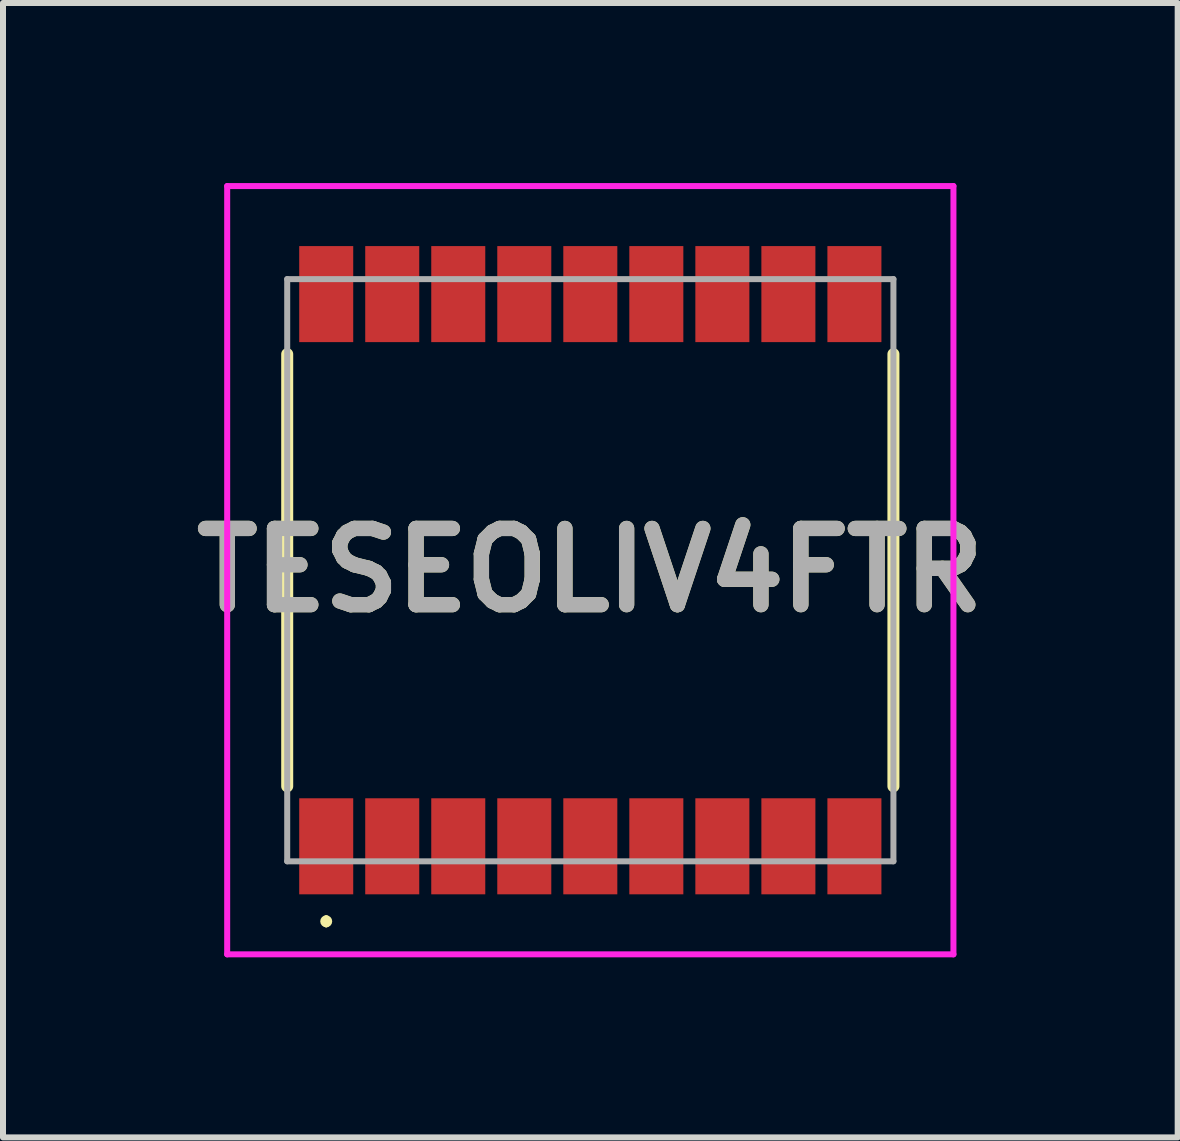
<source format=kicad_pcb>
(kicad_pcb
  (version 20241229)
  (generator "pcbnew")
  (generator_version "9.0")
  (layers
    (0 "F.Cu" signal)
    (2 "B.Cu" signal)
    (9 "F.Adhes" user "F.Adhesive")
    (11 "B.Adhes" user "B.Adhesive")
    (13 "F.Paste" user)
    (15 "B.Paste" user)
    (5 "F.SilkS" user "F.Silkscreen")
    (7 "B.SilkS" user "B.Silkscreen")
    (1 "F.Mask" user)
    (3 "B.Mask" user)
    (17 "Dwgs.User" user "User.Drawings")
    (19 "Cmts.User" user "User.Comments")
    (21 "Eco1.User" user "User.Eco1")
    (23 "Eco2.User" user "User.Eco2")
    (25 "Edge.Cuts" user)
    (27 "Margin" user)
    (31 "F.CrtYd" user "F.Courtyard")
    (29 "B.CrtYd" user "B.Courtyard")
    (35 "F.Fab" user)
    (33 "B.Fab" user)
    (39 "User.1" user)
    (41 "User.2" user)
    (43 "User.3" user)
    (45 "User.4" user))
  (footprint "TESEOLIV4FTR"
    (layer "F.Cu")
    (at 6.785 6.45)
    (property "Reference" "TESEOLIV4FTR" (at 0 0 0) (layer "F.SilkS") (effects (font (size 1.27 1.27) (thickness 0.254))))
    (attr smd)
    (fp_line (start -5.05 -3.6) (end -5.05 3.6) (stroke (width 0.2) (type solid)) (layer "F.SilkS"))
    (fp_line (start -4.4 5.8) (end -4.4 5.8) (stroke (width 0.1) (type solid)) (layer "F.SilkS"))
    (fp_line (start -4.4 5.9) (end -4.4 5.9) (stroke (width 0.1) (type solid)) (layer "F.SilkS"))
    (fp_line (start 5.05 -3.6) (end 5.05 3.6) (stroke (width 0.2) (type solid)) (layer "F.SilkS"))
    (fp_arc (start -4.4 5.8) (mid -4.35 5.85) (end -4.4 5.9) (stroke (width 0.1) (type solid)) (layer "F.SilkS"))
    (fp_arc (start -4.4 5.9) (mid -4.45 5.85) (end -4.4 5.8) (stroke (width 0.1) (type solid)) (layer "F.SilkS"))
    (fp_line (start -6.05 -6.4) (end 6.05 -6.4) (stroke (width 0.1) (type solid)) (layer "F.CrtYd"))
    (fp_line (start -6.05 6.4) (end -6.05 -6.4) (stroke (width 0.1) (type solid)) (layer "F.CrtYd"))
    (fp_line (start 6.05 -6.4) (end 6.05 6.4) (stroke (width 0.1) (type solid)) (layer "F.CrtYd"))
    (fp_line (start 6.05 6.4) (end -6.05 6.4) (stroke (width 0.1) (type solid)) (layer "F.CrtYd"))
    (fp_line (start -5.05 -4.85) (end -5.05 4.85) (stroke (width 0.1) (type solid)) (layer "F.Fab"))
    (fp_line (start -5.05 4.85) (end 5.05 4.85) (stroke (width 0.1) (type solid)) (layer "F.Fab"))
    (fp_line (start 5.05 -4.85) (end -5.05 -4.85) (stroke (width 0.1) (type solid)) (layer "F.Fab"))
    (fp_line (start 5.05 4.85) (end 5.05 -4.85) (stroke (width 0.1) (type solid)) (layer "F.Fab"))
    (fp_text user "${REFERENCE}" (at 0 0 0) (layer "F.Fab") (effects (font (size 1.27 1.27) (thickness 0.254))))
    (pad "1" smd rect (at -4.4 4.6) (size 0.9 1.6) (layers "F.Cu" "F.Mask" "F.Paste"))
    (pad "2" smd rect (at -3.3 4.6) (size 0.9 1.6) (layers "F.Cu" "F.Mask" "F.Paste"))
    (pad "3" smd rect (at -2.2 4.6) (size 0.9 1.6) (layers "F.Cu" "F.Mask" "F.Paste"))
    (pad "4" smd rect (at -1.1 4.6) (size 0.9 1.6) (layers "F.Cu" "F.Mask" "F.Paste"))
    (pad "5" smd rect (at 0 4.6) (size 0.9 1.6) (layers "F.Cu" "F.Mask" "F.Paste"))
    (pad "6" smd rect (at 1.1 4.6) (size 0.9 1.6) (layers "F.Cu" "F.Mask" "F.Paste"))
    (pad "7" smd rect (at 2.2 4.6) (size 0.9 1.6) (layers "F.Cu" "F.Mask" "F.Paste"))
    (pad "8" smd rect (at 3.3 4.6) (size 0.9 1.6) (layers "F.Cu" "F.Mask" "F.Paste"))
    (pad "9" smd rect (at 4.4 4.6) (size 0.9 1.6) (layers "F.Cu" "F.Mask" "F.Paste"))
    (pad "10" smd rect (at 4.4 -4.6) (size 0.9 1.6) (layers "F.Cu" "F.Mask" "F.Paste"))
    (pad "11" smd rect (at 3.3 -4.6) (size 0.9 1.6) (layers "F.Cu" "F.Mask" "F.Paste"))
    (pad "12" smd rect (at 2.2 -4.6) (size 0.9 1.6) (layers "F.Cu" "F.Mask" "F.Paste"))
    (pad "13" smd rect (at 1.1 -4.6) (size 0.9 1.6) (layers "F.Cu" "F.Mask" "F.Paste"))
    (pad "14" smd rect (at 0 -4.6) (size 0.9 1.6) (layers "F.Cu" "F.Mask" "F.Paste"))
    (pad "15" smd rect (at -1.1 -4.6) (size 0.9 1.6) (layers "F.Cu" "F.Mask" "F.Paste"))
    (pad "16" smd rect (at -2.2 -4.6) (size 0.9 1.6) (layers "F.Cu" "F.Mask" "F.Paste"))
    (pad "17" smd rect (at -3.3 -4.6) (size 0.9 1.6) (layers "F.Cu" "F.Mask" "F.Paste"))
    (pad "18" smd rect (at -4.4 -4.6) (size 0.9 1.6) (layers "F.Cu" "F.Mask" "F.Paste")))
  (gr_rect
    (start -3 -3)
    (end 16.571 15.9)
    (stroke (width 0.1) (type default))
    (fill no)
    (layer "Edge.Cuts")))
</source>
